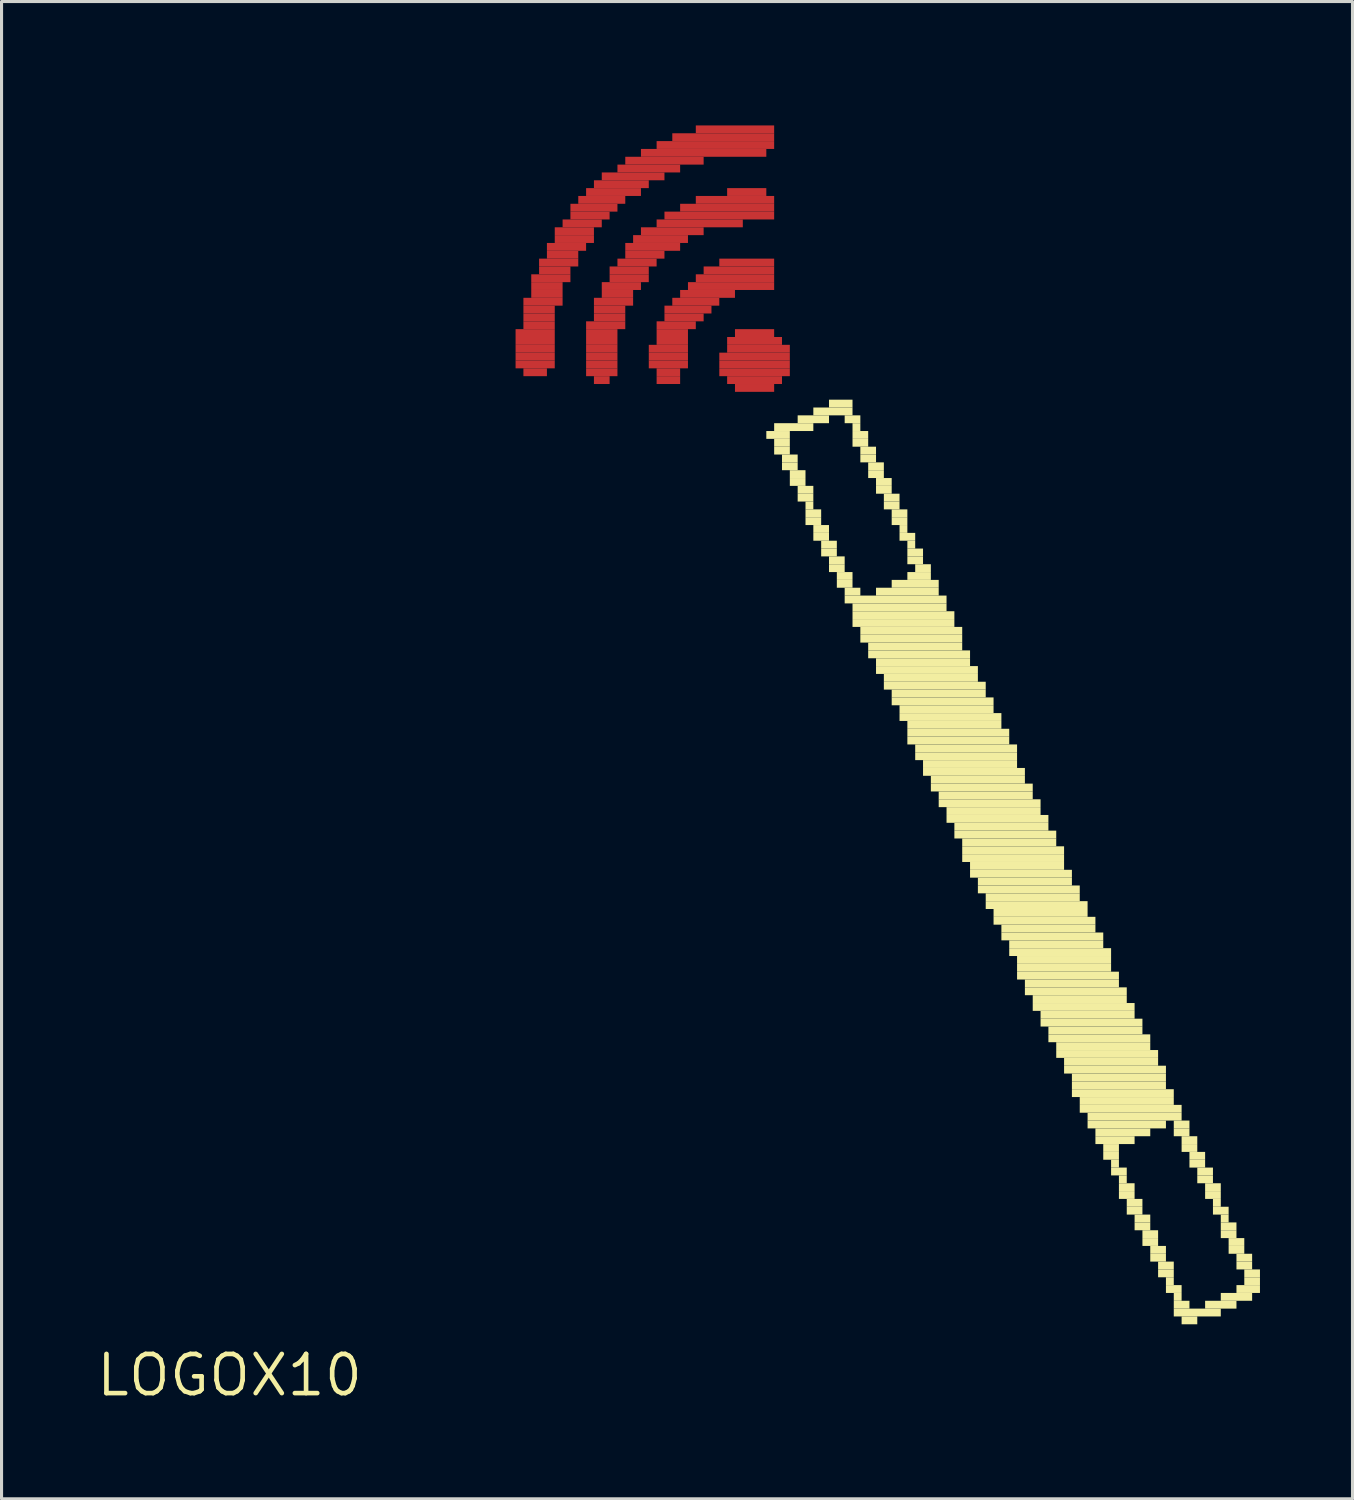
<source format=kicad_pcb>
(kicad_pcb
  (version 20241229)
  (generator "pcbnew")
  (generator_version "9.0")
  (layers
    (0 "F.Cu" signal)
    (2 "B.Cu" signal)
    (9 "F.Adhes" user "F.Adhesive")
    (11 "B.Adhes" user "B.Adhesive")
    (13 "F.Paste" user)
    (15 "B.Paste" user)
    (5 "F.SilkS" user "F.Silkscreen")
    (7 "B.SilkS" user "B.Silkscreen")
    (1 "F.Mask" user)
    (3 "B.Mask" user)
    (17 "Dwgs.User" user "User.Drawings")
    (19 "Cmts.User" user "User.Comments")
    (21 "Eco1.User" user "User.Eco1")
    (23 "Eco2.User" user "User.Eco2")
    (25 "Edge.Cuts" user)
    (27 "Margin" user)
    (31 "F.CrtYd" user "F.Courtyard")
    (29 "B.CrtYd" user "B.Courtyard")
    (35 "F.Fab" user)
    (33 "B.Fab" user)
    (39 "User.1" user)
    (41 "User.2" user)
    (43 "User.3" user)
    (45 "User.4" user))
  (footprint "LOGOX10"
    (layer "F.Cu")
    (at 4.392 41.529)
    (property "Reference" "LOGOX10" (at 0 0 0) (layer "F.SilkS") (effects (font (size 1.27 1.27) (thickness 0.15))))
    (fp_poly (pts (xy 9.271 -33.655) (xy 10.541 -33.655) (xy 10.541 -33.909) (xy 9.271 -33.909)) (stroke (width 0) (type default)) (fill yes) (layer "F.Cu"))
    (fp_poly (pts (xy 9.271 -33.401) (xy 10.541 -33.401) (xy 10.541 -33.655) (xy 9.271 -33.655)) (stroke (width 0) (type default)) (fill yes) (layer "F.Cu"))
    (fp_poly (pts (xy 9.271 -33.147) (xy 10.541 -33.147) (xy 10.541 -33.401) (xy 9.271 -33.401)) (stroke (width 0) (type default)) (fill yes) (layer "F.Cu"))
    (fp_poly (pts (xy 9.271 -32.893) (xy 10.541 -32.893) (xy 10.541 -33.147) (xy 9.271 -33.147)) (stroke (width 0) (type default)) (fill yes) (layer "F.Cu"))
    (fp_poly (pts (xy 9.271 -32.639) (xy 10.541 -32.639) (xy 10.541 -32.893) (xy 9.271 -32.893)) (stroke (width 0) (type default)) (fill yes) (layer "F.Cu"))
    (fp_poly (pts (xy 9.525 -34.671) (xy 10.795 -34.671) (xy 10.795 -34.925) (xy 9.525 -34.925)) (stroke (width 0) (type default)) (fill yes) (layer "F.Cu"))
    (fp_poly (pts (xy 9.525 -34.417) (xy 10.541 -34.417) (xy 10.541 -34.671) (xy 9.525 -34.671)) (stroke (width 0) (type default)) (fill yes) (layer "F.Cu"))
    (fp_poly (pts (xy 9.525 -34.163) (xy 10.541 -34.163) (xy 10.541 -34.417) (xy 9.525 -34.417)) (stroke (width 0) (type default)) (fill yes) (layer "F.Cu"))
    (fp_poly (pts (xy 9.525 -33.909) (xy 10.541 -33.909) (xy 10.541 -34.163) (xy 9.525 -34.163)) (stroke (width 0) (type default)) (fill yes) (layer "F.Cu"))
    (fp_poly (pts (xy 9.525 -32.385) (xy 10.287 -32.385) (xy 10.287 -32.639) (xy 9.525 -32.639)) (stroke (width 0) (type default)) (fill yes) (layer "F.Cu"))
    (fp_poly (pts (xy 9.779 -35.433) (xy 11.049 -35.433) (xy 11.049 -35.687) (xy 9.779 -35.687)) (stroke (width 0) (type default)) (fill yes) (layer "F.Cu"))
    (fp_poly (pts (xy 9.779 -35.179) (xy 10.795 -35.179) (xy 10.795 -35.433) (xy 9.779 -35.433)) (stroke (width 0) (type default)) (fill yes) (layer "F.Cu"))
    (fp_poly (pts (xy 9.779 -34.925) (xy 10.795 -34.925) (xy 10.795 -35.179) (xy 9.779 -35.179)) (stroke (width 0) (type default)) (fill yes) (layer "F.Cu"))
    (fp_poly (pts (xy 10.033 -35.941) (xy 11.303 -35.941) (xy 11.303 -36.195) (xy 10.033 -36.195)) (stroke (width 0) (type default)) (fill yes) (layer "F.Cu"))
    (fp_poly (pts (xy 10.033 -35.687) (xy 11.049 -35.687) (xy 11.049 -35.941) (xy 10.033 -35.941)) (stroke (width 0) (type default)) (fill yes) (layer "F.Cu"))
    (fp_poly (pts (xy 10.287 -36.449) (xy 11.557 -36.449) (xy 11.557 -36.703) (xy 10.287 -36.703)) (stroke (width 0) (type default)) (fill yes) (layer "F.Cu"))
    (fp_poly (pts (xy 10.287 -36.195) (xy 11.303 -36.195) (xy 11.303 -36.449) (xy 10.287 -36.449)) (stroke (width 0) (type default)) (fill yes) (layer "F.Cu"))
    (fp_poly (pts (xy 10.541 -36.957) (xy 11.811 -36.957) (xy 11.811 -37.211) (xy 10.541 -37.211)) (stroke (width 0) (type default)) (fill yes) (layer "F.Cu"))
    (fp_poly (pts (xy 10.541 -36.703) (xy 11.811 -36.703) (xy 11.811 -36.957) (xy 10.541 -36.957)) (stroke (width 0) (type default)) (fill yes) (layer "F.Cu"))
    (fp_poly (pts (xy 10.795 -37.211) (xy 12.065 -37.211) (xy 12.065 -37.465) (xy 10.795 -37.465)) (stroke (width 0) (type default)) (fill yes) (layer "F.Cu"))
    (fp_poly (pts (xy 11.049 -37.719) (xy 12.573 -37.719) (xy 12.573 -37.973) (xy 11.049 -37.973)) (stroke (width 0) (type default)) (fill yes) (layer "F.Cu"))
    (fp_poly (pts (xy 11.049 -37.465) (xy 12.319 -37.465) (xy 12.319 -37.719) (xy 11.049 -37.719)) (stroke (width 0) (type default)) (fill yes) (layer "F.Cu"))
    (fp_poly (pts (xy 11.303 -37.973) (xy 12.827 -37.973) (xy 12.827 -38.227) (xy 11.303 -38.227)) (stroke (width 0) (type default)) (fill yes) (layer "F.Cu"))
    (fp_poly (pts (xy 11.557 -38.227) (xy 13.335 -38.227) (xy 13.335 -38.481) (xy 11.557 -38.481)) (stroke (width 0) (type default)) (fill yes) (layer "F.Cu"))
    (fp_poly (pts (xy 11.557 -33.909) (xy 12.827 -33.909) (xy 12.827 -34.163) (xy 11.557 -34.163)) (stroke (width 0) (type default)) (fill yes) (layer "F.Cu"))
    (fp_poly (pts (xy 11.557 -33.655) (xy 12.573 -33.655) (xy 12.573 -33.909) (xy 11.557 -33.909)) (stroke (width 0) (type default)) (fill yes) (layer "F.Cu"))
    (fp_poly (pts (xy 11.557 -33.401) (xy 12.573 -33.401) (xy 12.573 -33.655) (xy 11.557 -33.655)) (stroke (width 0) (type default)) (fill yes) (layer "F.Cu"))
    (fp_poly (pts (xy 11.557 -33.147) (xy 12.573 -33.147) (xy 12.573 -33.401) (xy 11.557 -33.401)) (stroke (width 0) (type default)) (fill yes) (layer "F.Cu"))
    (fp_poly (pts (xy 11.557 -32.893) (xy 12.573 -32.893) (xy 12.573 -33.147) (xy 11.557 -33.147)) (stroke (width 0) (type default)) (fill yes) (layer "F.Cu"))
    (fp_poly (pts (xy 11.557 -32.639) (xy 12.573 -32.639) (xy 12.573 -32.893) (xy 11.557 -32.893)) (stroke (width 0) (type default)) (fill yes) (layer "F.Cu"))
    (fp_poly (pts (xy 11.557 -32.385) (xy 12.573 -32.385) (xy 12.573 -32.639) (xy 11.557 -32.639)) (stroke (width 0) (type default)) (fill yes) (layer "F.Cu"))
    (fp_poly (pts (xy 11.811 -38.481) (xy 13.589 -38.481) (xy 13.589 -38.735) (xy 11.811 -38.735)) (stroke (width 0) (type default)) (fill yes) (layer "F.Cu"))
    (fp_poly (pts (xy 11.811 -34.671) (xy 13.081 -34.671) (xy 13.081 -34.925) (xy 11.811 -34.925)) (stroke (width 0) (type default)) (fill yes) (layer "F.Cu"))
    (fp_poly (pts (xy 11.811 -34.417) (xy 12.827 -34.417) (xy 12.827 -34.671) (xy 11.811 -34.671)) (stroke (width 0) (type default)) (fill yes) (layer "F.Cu"))
    (fp_poly (pts (xy 11.811 -34.163) (xy 12.827 -34.163) (xy 12.827 -34.417) (xy 11.811 -34.417)) (stroke (width 0) (type default)) (fill yes) (layer "F.Cu"))
    (fp_poly (pts (xy 11.811 -32.131) (xy 12.319 -32.131) (xy 12.319 -32.385) (xy 11.811 -32.385)) (stroke (width 0) (type default)) (fill yes) (layer "F.Cu"))
    (fp_poly (pts (xy 12.065 -38.735) (xy 14.097 -38.735) (xy 14.097 -38.989) (xy 12.065 -38.989)) (stroke (width 0) (type default)) (fill yes) (layer "F.Cu"))
    (fp_poly (pts (xy 12.065 -35.179) (xy 13.335 -35.179) (xy 13.335 -35.433) (xy 12.065 -35.433)) (stroke (width 0) (type default)) (fill yes) (layer "F.Cu"))
    (fp_poly (pts (xy 12.065 -34.925) (xy 13.081 -34.925) (xy 13.081 -35.179) (xy 12.065 -35.179)) (stroke (width 0) (type default)) (fill yes) (layer "F.Cu"))
    (fp_poly (pts (xy 12.319 -35.687) (xy 13.589 -35.687) (xy 13.589 -35.941) (xy 12.319 -35.941)) (stroke (width 0) (type default)) (fill yes) (layer "F.Cu"))
    (fp_poly (pts (xy 12.319 -35.433) (xy 13.589 -35.433) (xy 13.589 -35.687) (xy 12.319 -35.687)) (stroke (width 0) (type default)) (fill yes) (layer "F.Cu"))
    (fp_poly (pts (xy 12.573 -38.989) (xy 14.605 -38.989) (xy 14.605 -39.243) (xy 12.573 -39.243)) (stroke (width 0) (type default)) (fill yes) (layer "F.Cu"))
    (fp_poly (pts (xy 12.573 -35.941) (xy 13.843 -35.941) (xy 13.843 -36.195) (xy 12.573 -36.195)) (stroke (width 0) (type default)) (fill yes) (layer "F.Cu"))
    (fp_poly (pts (xy 12.827 -39.243) (xy 15.367 -39.243) (xy 15.367 -39.497) (xy 12.827 -39.497)) (stroke (width 0) (type default)) (fill yes) (layer "F.Cu"))
    (fp_poly (pts (xy 12.827 -36.449) (xy 14.605 -36.449) (xy 14.605 -36.703) (xy 12.827 -36.703)) (stroke (width 0) (type default)) (fill yes) (layer "F.Cu"))
    (fp_poly (pts (xy 12.827 -36.195) (xy 14.097 -36.195) (xy 14.097 -36.449) (xy 12.827 -36.449)) (stroke (width 0) (type default)) (fill yes) (layer "F.Cu"))
    (fp_poly (pts (xy 13.081 -36.703) (xy 14.859 -36.703) (xy 14.859 -36.957) (xy 13.081 -36.957)) (stroke (width 0) (type default)) (fill yes) (layer "F.Cu"))
    (fp_poly (pts (xy 13.335 -39.497) (xy 17.399 -39.497) (xy 17.399 -39.751) (xy 13.335 -39.751)) (stroke (width 0) (type default)) (fill yes) (layer "F.Cu"))
    (fp_poly (pts (xy 13.335 -36.957) (xy 15.367 -36.957) (xy 15.367 -37.211) (xy 13.335 -37.211)) (stroke (width 0) (type default)) (fill yes) (layer "F.Cu"))
    (fp_poly (pts (xy 13.589 -33.147) (xy 14.859 -33.147) (xy 14.859 -33.401) (xy 13.589 -33.401)) (stroke (width 0) (type default)) (fill yes) (layer "F.Cu"))
    (fp_poly (pts (xy 13.589 -32.893) (xy 14.859 -32.893) (xy 14.859 -33.147) (xy 13.589 -33.147)) (stroke (width 0) (type default)) (fill yes) (layer "F.Cu"))
    (fp_poly (pts (xy 13.589 -32.639) (xy 14.859 -32.639) (xy 14.859 -32.893) (xy 13.589 -32.893)) (stroke (width 0) (type default)) (fill yes) (layer "F.Cu"))
    (fp_poly (pts (xy 13.843 -39.751) (xy 17.653 -39.751) (xy 17.653 -40.005) (xy 13.843 -40.005)) (stroke (width 0) (type default)) (fill yes) (layer "F.Cu"))
    (fp_poly (pts (xy 13.843 -37.211) (xy 16.637 -37.211) (xy 16.637 -37.465) (xy 13.843 -37.465)) (stroke (width 0) (type default)) (fill yes) (layer "F.Cu"))
    (fp_poly (pts (xy 13.843 -33.909) (xy 15.113 -33.909) (xy 15.113 -34.163) (xy 13.843 -34.163)) (stroke (width 0) (type default)) (fill yes) (layer "F.Cu"))
    (fp_poly (pts (xy 13.843 -33.655) (xy 14.859 -33.655) (xy 14.859 -33.909) (xy 13.843 -33.909)) (stroke (width 0) (type default)) (fill yes) (layer "F.Cu"))
    (fp_poly (pts (xy 13.843 -33.401) (xy 14.859 -33.401) (xy 14.859 -33.655) (xy 13.843 -33.655)) (stroke (width 0) (type default)) (fill yes) (layer "F.Cu"))
    (fp_poly (pts (xy 13.843 -32.385) (xy 14.605 -32.385) (xy 14.605 -32.639) (xy 13.843 -32.639)) (stroke (width 0) (type default)) (fill yes) (layer "F.Cu"))
    (fp_poly (pts (xy 13.843 -32.131) (xy 14.605 -32.131) (xy 14.605 -32.385) (xy 13.843 -32.385)) (stroke (width 0) (type default)) (fill yes) (layer "F.Cu"))
    (fp_poly (pts (xy 14.097 -37.465) (xy 17.653 -37.465) (xy 17.653 -37.719) (xy 14.097 -37.719)) (stroke (width 0) (type default)) (fill yes) (layer "F.Cu"))
    (fp_poly (pts (xy 14.097 -34.417) (xy 15.621 -34.417) (xy 15.621 -34.671) (xy 14.097 -34.671)) (stroke (width 0) (type default)) (fill yes) (layer "F.Cu"))
    (fp_poly (pts (xy 14.097 -34.163) (xy 15.367 -34.163) (xy 15.367 -34.417) (xy 14.097 -34.417)) (stroke (width 0) (type default)) (fill yes) (layer "F.Cu"))
    (fp_poly (pts (xy 14.351 -40.005) (xy 17.653 -40.005) (xy 17.653 -40.259) (xy 14.351 -40.259)) (stroke (width 0) (type default)) (fill yes) (layer "F.Cu"))
    (fp_poly (pts (xy 14.351 -34.671) (xy 15.875 -34.671) (xy 15.875 -34.925) (xy 14.351 -34.925)) (stroke (width 0) (type default)) (fill yes) (layer "F.Cu"))
    (fp_poly (pts (xy 14.605 -37.719) (xy 17.653 -37.719) (xy 17.653 -37.973) (xy 14.605 -37.973)) (stroke (width 0) (type default)) (fill yes) (layer "F.Cu"))
    (fp_poly (pts (xy 14.605 -34.925) (xy 16.383 -34.925) (xy 16.383 -35.179) (xy 14.605 -35.179)) (stroke (width 0) (type default)) (fill yes) (layer "F.Cu"))
    (fp_poly (pts (xy 14.859 -35.179) (xy 17.653 -35.179) (xy 17.653 -35.433) (xy 14.859 -35.433)) (stroke (width 0) (type default)) (fill yes) (layer "F.Cu"))
    (fp_poly (pts (xy 15.113 -40.259) (xy 17.653 -40.259) (xy 17.653 -40.513) (xy 15.113 -40.513)) (stroke (width 0) (type default)) (fill yes) (layer "F.Cu"))
    (fp_poly (pts (xy 15.113 -37.973) (xy 17.653 -37.973) (xy 17.653 -38.227) (xy 15.113 -38.227)) (stroke (width 0) (type default)) (fill yes) (layer "F.Cu"))
    (fp_poly (pts (xy 15.113 -35.433) (xy 17.653 -35.433) (xy 17.653 -35.687) (xy 15.113 -35.687)) (stroke (width 0) (type default)) (fill yes) (layer "F.Cu"))
    (fp_poly (pts (xy 15.367 -35.687) (xy 17.653 -35.687) (xy 17.653 -35.941) (xy 15.367 -35.941)) (stroke (width 0) (type default)) (fill yes) (layer "F.Cu"))
    (fp_poly (pts (xy 15.875 -35.941) (xy 17.653 -35.941) (xy 17.653 -36.195) (xy 15.875 -36.195)) (stroke (width 0) (type default)) (fill yes) (layer "F.Cu"))
    (fp_poly (pts (xy 15.875 -32.893) (xy 18.161 -32.893) (xy 18.161 -33.147) (xy 15.875 -33.147)) (stroke (width 0) (type default)) (fill yes) (layer "F.Cu"))
    (fp_poly (pts (xy 15.875 -32.639) (xy 18.161 -32.639) (xy 18.161 -32.893) (xy 15.875 -32.893)) (stroke (width 0) (type default)) (fill yes) (layer "F.Cu"))
    (fp_poly (pts (xy 15.875 -32.385) (xy 18.161 -32.385) (xy 18.161 -32.639) (xy 15.875 -32.639)) (stroke (width 0) (type default)) (fill yes) (layer "F.Cu"))
    (fp_poly (pts (xy 16.129 -38.227) (xy 17.399 -38.227) (xy 17.399 -38.481) (xy 16.129 -38.481)) (stroke (width 0) (type default)) (fill yes) (layer "F.Cu"))
    (fp_poly (pts (xy 16.129 -33.401) (xy 17.907 -33.401) (xy 17.907 -33.655) (xy 16.129 -33.655)) (stroke (width 0) (type default)) (fill yes) (layer "F.Cu"))
    (fp_poly (pts (xy 16.129 -33.147) (xy 18.161 -33.147) (xy 18.161 -33.401) (xy 16.129 -33.401)) (stroke (width 0) (type default)) (fill yes) (layer "F.Cu"))
    (fp_poly (pts (xy 16.129 -32.131) (xy 17.907 -32.131) (xy 17.907 -32.385) (xy 16.129 -32.385)) (stroke (width 0) (type default)) (fill yes) (layer "F.Cu"))
    (fp_poly (pts (xy 16.383 -33.655) (xy 17.653 -33.655) (xy 17.653 -33.909) (xy 16.383 -33.909)) (stroke (width 0) (type default)) (fill yes) (layer "F.Cu"))
    (fp_poly (pts (xy 16.383 -31.877) (xy 17.653 -31.877) (xy 17.653 -32.131) (xy 16.383 -32.131)) (stroke (width 0) (type default)) (fill yes) (layer "F.Cu"))
    (fp_poly (pts (xy 0.009 -0.034) (xy 0.011 -0.034) (xy 0.011 -0.034) (xy 0.009 -0.034)) (stroke (width 0) (type default)) (fill yes) (layer "F.Mask"))
    (fp_poly (pts (xy 0.009 -0.033) (xy 0.011 -0.033) (xy 0.011 -0.034) (xy 0.009 -0.034)) (stroke (width 0) (type default)) (fill yes) (layer "F.Mask"))
    (fp_poly (pts (xy 0.009 -0.033) (xy 0.011 -0.033) (xy 0.011 -0.033) (xy 0.009 -0.033)) (stroke (width 0) (type default)) (fill yes) (layer "F.Mask"))
    (fp_poly (pts (xy 0.009 -0.033) (xy 0.011 -0.033) (xy 0.011 -0.033) (xy 0.009 -0.033)) (stroke (width 0) (type default)) (fill yes) (layer "F.Mask"))
    (fp_poly (pts (xy 0.009 -0.033) (xy 0.011 -0.033) (xy 0.011 -0.033) (xy 0.009 -0.033)) (stroke (width 0) (type default)) (fill yes) (layer "F.Mask"))
    (fp_poly (pts (xy 0.01 -0.035) (xy 0.011 -0.035) (xy 0.011 -0.035) (xy 0.01 -0.035)) (stroke (width 0) (type default)) (fill yes) (layer "F.Mask"))
    (fp_poly (pts (xy 0.01 -0.034) (xy 0.011 -0.034) (xy 0.011 -0.035) (xy 0.01 -0.035)) (stroke (width 0) (type default)) (fill yes) (layer "F.Mask"))
    (fp_poly (pts (xy 0.01 -0.034) (xy 0.011 -0.034) (xy 0.011 -0.034) (xy 0.01 -0.034)) (stroke (width 0) (type default)) (fill yes) (layer "F.Mask"))
    (fp_poly (pts (xy 0.01 -0.034) (xy 0.011 -0.034) (xy 0.011 -0.034) (xy 0.01 -0.034)) (stroke (width 0) (type default)) (fill yes) (layer "F.Mask"))
    (fp_poly (pts (xy 0.01 -0.032) (xy 0.01 -0.032) (xy 0.01 -0.033) (xy 0.01 -0.033)) (stroke (width 0) (type default)) (fill yes) (layer "F.Mask"))
    (fp_poly (pts (xy 0.01 -0.035) (xy 0.011 -0.035) (xy 0.011 -0.036) (xy 0.01 -0.036)) (stroke (width 0) (type default)) (fill yes) (layer "F.Mask"))
    (fp_poly (pts (xy 0.01 -0.035) (xy 0.011 -0.035) (xy 0.011 -0.035) (xy 0.01 -0.035)) (stroke (width 0) (type default)) (fill yes) (layer "F.Mask"))
    (fp_poly (pts (xy 0.01 -0.035) (xy 0.011 -0.035) (xy 0.011 -0.035) (xy 0.01 -0.035)) (stroke (width 0) (type default)) (fill yes) (layer "F.Mask"))
    (fp_poly (pts (xy 0.01 -0.036) (xy 0.011 -0.036) (xy 0.011 -0.036) (xy 0.01 -0.036)) (stroke (width 0) (type default)) (fill yes) (layer "F.Mask"))
    (fp_poly (pts (xy 0.01 -0.036) (xy 0.011 -0.036) (xy 0.011 -0.036) (xy 0.01 -0.036)) (stroke (width 0) (type default)) (fill yes) (layer "F.Mask"))
    (fp_poly (pts (xy 0.01 -0.036) (xy 0.012 -0.036) (xy 0.012 -0.037) (xy 0.01 -0.037)) (stroke (width 0) (type default)) (fill yes) (layer "F.Mask"))
    (fp_poly (pts (xy 0.01 -0.036) (xy 0.011 -0.036) (xy 0.011 -0.036) (xy 0.01 -0.036)) (stroke (width 0) (type default)) (fill yes) (layer "F.Mask"))
    (fp_poly (pts (xy 0.011 -0.037) (xy 0.012 -0.037) (xy 0.012 -0.037) (xy 0.011 -0.037)) (stroke (width 0) (type default)) (fill yes) (layer "F.Mask"))
    (fp_poly (pts (xy 0.011 -0.037) (xy 0.012 -0.037) (xy 0.012 -0.037) (xy 0.011 -0.037)) (stroke (width 0) (type default)) (fill yes) (layer "F.Mask"))
    (fp_poly (pts (xy 0.011 -0.037) (xy 0.012 -0.037) (xy 0.012 -0.037) (xy 0.011 -0.037)) (stroke (width 0) (type default)) (fill yes) (layer "F.Mask"))
    (fp_poly (pts (xy 0.011 -0.038) (xy 0.013 -0.038) (xy 0.013 -0.038) (xy 0.011 -0.038)) (stroke (width 0) (type default)) (fill yes) (layer "F.Mask"))
    (fp_poly (pts (xy 0.011 -0.037) (xy 0.012 -0.037) (xy 0.012 -0.038) (xy 0.011 -0.038)) (stroke (width 0) (type default)) (fill yes) (layer "F.Mask"))
    (fp_poly (pts (xy 0.011 -0.038) (xy 0.013 -0.038) (xy 0.013 -0.038) (xy 0.011 -0.038)) (stroke (width 0) (type default)) (fill yes) (layer "F.Mask"))
    (fp_poly (pts (xy 0.012 -0.038) (xy 0.013 -0.038) (xy 0.013 -0.038) (xy 0.012 -0.038)) (stroke (width 0) (type default)) (fill yes) (layer "F.Mask"))
    (fp_poly (pts (xy 0.012 -0.034) (xy 0.013 -0.034) (xy 0.013 -0.034) (xy 0.012 -0.034)) (stroke (width 0) (type default)) (fill yes) (layer "F.Mask"))
    (fp_poly (pts (xy 0.012 -0.034) (xy 0.013 -0.034) (xy 0.013 -0.034) (xy 0.012 -0.034)) (stroke (width 0) (type default)) (fill yes) (layer "F.Mask"))
    (fp_poly (pts (xy 0.012 -0.033) (xy 0.013 -0.033) (xy 0.013 -0.034) (xy 0.012 -0.034)) (stroke (width 0) (type default)) (fill yes) (layer "F.Mask"))
    (fp_poly (pts (xy 0.012 -0.033) (xy 0.013 -0.033) (xy 0.013 -0.033) (xy 0.012 -0.033)) (stroke (width 0) (type default)) (fill yes) (layer "F.Mask"))
    (fp_poly (pts (xy 0.012 -0.033) (xy 0.013 -0.033) (xy 0.013 -0.033) (xy 0.012 -0.033)) (stroke (width 0) (type default)) (fill yes) (layer "F.Mask"))
    (fp_poly (pts (xy 0.012 -0.033) (xy 0.013 -0.033) (xy 0.013 -0.033) (xy 0.012 -0.033)) (stroke (width 0) (type default)) (fill yes) (layer "F.Mask"))
    (fp_poly (pts (xy 0.012 -0.032) (xy 0.013 -0.032) (xy 0.013 -0.033) (xy 0.012 -0.033)) (stroke (width 0) (type default)) (fill yes) (layer "F.Mask"))
    (fp_poly (pts (xy 0.012 -0.038) (xy 0.014 -0.038) (xy 0.014 -0.039) (xy 0.012 -0.039)) (stroke (width 0) (type default)) (fill yes) (layer "F.Mask"))
    (fp_poly (pts (xy 0.012 -0.035) (xy 0.013 -0.035) (xy 0.013 -0.035) (xy 0.012 -0.035)) (stroke (width 0) (type default)) (fill yes) (layer "F.Mask"))
    (fp_poly (pts (xy 0.012 -0.034) (xy 0.013 -0.034) (xy 0.013 -0.035) (xy 0.012 -0.035)) (stroke (width 0) (type default)) (fill yes) (layer "F.Mask"))
    (fp_poly (pts (xy 0.012 -0.034) (xy 0.013 -0.034) (xy 0.013 -0.034) (xy 0.012 -0.034)) (stroke (width 0) (type default)) (fill yes) (layer "F.Mask"))
    (fp_poly (pts (xy 0.012 -0.032) (xy 0.012 -0.032) (xy 0.012 -0.032) (xy 0.012 -0.032)) (stroke (width 0) (type default)) (fill yes) (layer "F.Mask"))
    (fp_poly (pts (xy 0.012 -0.039) (xy 0.014 -0.039) (xy 0.014 -0.039) (xy 0.012 -0.039)) (stroke (width 0) (type default)) (fill yes) (layer "F.Mask"))
    (fp_poly (pts (xy 0.012 -0.035) (xy 0.013 -0.035) (xy 0.013 -0.035) (xy 0.012 -0.035)) (stroke (width 0) (type default)) (fill yes) (layer "F.Mask"))
    (fp_poly (pts (xy 0.012 -0.035) (xy 0.013 -0.035) (xy 0.013 -0.035) (xy 0.012 -0.035)) (stroke (width 0) (type default)) (fill yes) (layer "F.Mask"))
    (fp_poly (pts (xy 0.012 -0.036) (xy 0.014 -0.036) (xy 0.014 -0.036) (xy 0.012 -0.036)) (stroke (width 0) (type default)) (fill yes) (layer "F.Mask"))
    (fp_poly (pts (xy 0.012 -0.035) (xy 0.014 -0.035) (xy 0.014 -0.036) (xy 0.012 -0.036)) (stroke (width 0) (type default)) (fill yes) (layer "F.Mask"))
    (fp_poly (pts (xy 0.013 -0.039) (xy 0.015 -0.039) (xy 0.015 -0.039) (xy 0.013 -0.039)) (stroke (width 0) (type default)) (fill yes) (layer "F.Mask"))
    (fp_poly (pts (xy 0.013 -0.036) (xy 0.014 -0.036) (xy 0.014 -0.036) (xy 0.013 -0.036)) (stroke (width 0) (type default)) (fill yes) (layer "F.Mask"))
    (fp_poly (pts (xy 0.013 -0.039) (xy 0.015 -0.039) (xy 0.015 -0.039) (xy 0.013 -0.039)) (stroke (width 0) (type default)) (fill yes) (layer "F.Mask"))
    (fp_poly (pts (xy 0.013 -0.036) (xy 0.015 -0.036) (xy 0.015 -0.037) (xy 0.013 -0.037)) (stroke (width 0) (type default)) (fill yes) (layer "F.Mask"))
    (fp_poly (pts (xy 0.013 -0.036) (xy 0.014 -0.036) (xy 0.014 -0.036) (xy 0.013 -0.036)) (stroke (width 0) (type default)) (fill yes) (layer "F.Mask"))
    (fp_poly (pts (xy 0.013 -0.037) (xy 0.015 -0.037) (xy 0.015 -0.037) (xy 0.013 -0.037)) (stroke (width 0) (type default)) (fill yes) (layer "F.Mask"))
    (fp_poly (pts (xy 0.013 -0.039) (xy 0.017 -0.039) (xy 0.017 -0.04) (xy 0.013 -0.04)) (stroke (width 0) (type default)) (fill yes) (layer "F.Mask"))
    (fp_poly (pts (xy 0.013 -0.037) (xy 0.015 -0.037) (xy 0.015 -0.037) (xy 0.013 -0.037)) (stroke (width 0) (type default)) (fill yes) (layer "F.Mask"))
    (fp_poly (pts (xy 0.014 -0.033) (xy 0.015 -0.033) (xy 0.015 -0.033) (xy 0.014 -0.033)) (stroke (width 0) (type default)) (fill yes) (layer "F.Mask"))
    (fp_poly (pts (xy 0.014 -0.033) (xy 0.015 -0.033) (xy 0.015 -0.033) (xy 0.014 -0.033)) (stroke (width 0) (type default)) (fill yes) (layer "F.Mask"))
    (fp_poly (pts (xy 0.014 -0.033) (xy 0.015 -0.033) (xy 0.015 -0.033) (xy 0.014 -0.033)) (stroke (width 0) (type default)) (fill yes) (layer "F.Mask"))
    (fp_poly (pts (xy 0.014 -0.04) (xy 0.018 -0.04) (xy 0.018 -0.04) (xy 0.014 -0.04)) (stroke (width 0) (type default)) (fill yes) (layer "F.Mask"))
    (fp_poly (pts (xy 0.014 -0.037) (xy 0.017 -0.037) (xy 0.017 -0.037) (xy 0.014 -0.037)) (stroke (width 0) (type default)) (fill yes) (layer "F.Mask"))
    (fp_poly (pts (xy 0.014 -0.034) (xy 0.015 -0.034) (xy 0.015 -0.034) (xy 0.014 -0.034)) (stroke (width 0) (type default)) (fill yes) (layer "F.Mask"))
    (fp_poly (pts (xy 0.014 -0.034) (xy 0.015 -0.034) (xy 0.015 -0.034) (xy 0.014 -0.034)) (stroke (width 0) (type default)) (fill yes) (layer "F.Mask"))
    (fp_poly (pts (xy 0.014 -0.033) (xy 0.015 -0.033) (xy 0.015 -0.034) (xy 0.014 -0.034)) (stroke (width 0) (type default)) (fill yes) (layer "F.Mask"))
    (fp_poly (pts (xy 0.014 -0.032) (xy 0.015 -0.032) (xy 0.015 -0.033) (xy 0.014 -0.033)) (stroke (width 0) (type default)) (fill yes) (layer "F.Mask"))
    (fp_poly (pts (xy 0.014 -0.032) (xy 0.015 -0.032) (xy 0.015 -0.032) (xy 0.014 -0.032)) (stroke (width 0) (type default)) (fill yes) (layer "F.Mask"))
    (fp_poly (pts (xy 0.014 -0.037) (xy 0.018 -0.037) (xy 0.018 -0.038) (xy 0.014 -0.038)) (stroke (width 0) (type default)) (fill yes) (layer "F.Mask"))
    (fp_poly (pts (xy 0.014 -0.034) (xy 0.016 -0.034) (xy 0.016 -0.035) (xy 0.014 -0.035)) (stroke (width 0) (type default)) (fill yes) (layer "F.Mask"))
    (fp_poly (pts (xy 0.014 -0.034) (xy 0.015 -0.034) (xy 0.015 -0.034) (xy 0.014 -0.034)) (stroke (width 0) (type default)) (fill yes) (layer "F.Mask"))
    (fp_poly (pts (xy 0.014 -0.04) (xy 0.018 -0.04) (xy 0.018 -0.04) (xy 0.014 -0.04)) (stroke (width 0) (type default)) (fill yes) (layer "F.Mask"))
    (fp_poly (pts (xy 0.014 -0.035) (xy 0.016 -0.035) (xy 0.016 -0.035) (xy 0.014 -0.035)) (stroke (width 0) (type default)) (fill yes) (layer "F.Mask"))
    (fp_poly (pts (xy 0.015 -0.038) (xy 0.018 -0.038) (xy 0.018 -0.038) (xy 0.015 -0.038)) (stroke (width 0) (type default)) (fill yes) (layer "F.Mask"))
    (fp_poly (pts (xy 0.015 -0.035) (xy 0.016 -0.035) (xy 0.016 -0.035) (xy 0.015 -0.035)) (stroke (width 0) (type default)) (fill yes) (layer "F.Mask"))
    (fp_poly (pts (xy 0.015 -0.035) (xy 0.018 -0.035) (xy 0.018 -0.035) (xy 0.015 -0.035)) (stroke (width 0) (type default)) (fill yes) (layer "F.Mask"))
    (fp_poly (pts (xy 0.015 -0.04) (xy 0.018 -0.04) (xy 0.018 -0.041) (xy 0.015 -0.041)) (stroke (width 0) (type default)) (fill yes) (layer "F.Mask"))
    (fp_poly (pts (xy 0.015 -0.038) (xy 0.018 -0.038) (xy 0.018 -0.038) (xy 0.015 -0.038)) (stroke (width 0) (type default)) (fill yes) (layer "F.Mask"))
    (fp_poly (pts (xy 0.015 -0.035) (xy 0.018 -0.035) (xy 0.018 -0.036) (xy 0.015 -0.036)) (stroke (width 0) (type default)) (fill yes) (layer "F.Mask"))
    (fp_poly (pts (xy 0.015 -0.036) (xy 0.018 -0.036) (xy 0.018 -0.036) (xy 0.015 -0.036)) (stroke (width 0) (type default)) (fill yes) (layer "F.Mask"))
    (fp_poly (pts (xy 0.016 -0.036) (xy 0.018 -0.036) (xy 0.018 -0.036) (xy 0.016 -0.036)) (stroke (width 0) (type default)) (fill yes) (layer "F.Mask"))
    (fp_poly (pts (xy 0.016 -0.033) (xy 0.018 -0.033) (xy 0.018 -0.033) (xy 0.016 -0.033)) (stroke (width 0) (type default)) (fill yes) (layer "F.Mask"))
    (fp_poly (pts (xy 0.016 -0.033) (xy 0.018 -0.033) (xy 0.018 -0.033) (xy 0.016 -0.033)) (stroke (width 0) (type default)) (fill yes) (layer "F.Mask"))
    (fp_poly (pts (xy 0.016 -0.032) (xy 0.018 -0.032) (xy 0.018 -0.033) (xy 0.016 -0.033)) (stroke (width 0) (type default)) (fill yes) (layer "F.Mask"))
    (fp_poly (pts (xy 0.016 -0.038) (xy 0.017 -0.038) (xy 0.017 -0.038) (xy 0.016 -0.038)) (stroke (width 0) (type default)) (fill yes) (layer "F.Mask"))
    (fp_poly (pts (xy 0.016 -0.033) (xy 0.018 -0.033) (xy 0.018 -0.034) (xy 0.016 -0.034)) (stroke (width 0) (type default)) (fill yes) (layer "F.Mask"))
    (fp_poly (pts (xy 0.016 -0.033) (xy 0.018 -0.033) (xy 0.018 -0.033) (xy 0.016 -0.033)) (stroke (width 0) (type default)) (fill yes) (layer "F.Mask"))
    (fp_poly (pts (xy 0.016 -0.032) (xy 0.018 -0.032) (xy 0.018 -0.032) (xy 0.016 -0.032)) (stroke (width 0) (type default)) (fill yes) (layer "F.Mask"))
    (fp_poly (pts (xy 0.016 -0.034) (xy 0.018 -0.034) (xy 0.018 -0.034) (xy 0.016 -0.034)) (stroke (width 0) (type default)) (fill yes) (layer "F.Mask"))
    (fp_poly (pts (xy 0.016 -0.032) (xy 0.018 -0.032) (xy 0.018 -0.032) (xy 0.016 -0.032)) (stroke (width 0) (type default)) (fill yes) (layer "F.Mask"))
    (fp_poly (pts (xy 8.509 -34.417) (xy 18.923 -34.417) (xy 18.923 -34.671) (xy 8.509 -34.671)) (stroke (width 0) (type default)) (fill yes) (layer "F.Mask"))
    (fp_poly (pts (xy 8.509 -34.163) (xy 18.923 -34.163) (xy 18.923 -34.417) (xy 8.509 -34.417)) (stroke (width 0) (type default)) (fill yes) (layer "F.Mask"))
    (fp_poly (pts (xy 8.509 -33.909) (xy 18.923 -33.909) (xy 18.923 -34.163) (xy 8.509 -34.163)) (stroke (width 0) (type default)) (fill yes) (layer "F.Mask"))
    (fp_poly (pts (xy 8.509 -33.655) (xy 18.923 -33.655) (xy 18.923 -33.909) (xy 8.509 -33.909)) (stroke (width 0) (type default)) (fill yes) (layer "F.Mask"))
    (fp_poly (pts (xy 8.509 -33.401) (xy 18.923 -33.401) (xy 18.923 -33.655) (xy 8.509 -33.655)) (stroke (width 0) (type default)) (fill yes) (layer "F.Mask"))
    (fp_poly (pts (xy 8.509 -33.147) (xy 18.923 -33.147) (xy 18.923 -33.401) (xy 8.509 -33.401)) (stroke (width 0) (type default)) (fill yes) (layer "F.Mask"))
    (fp_poly (pts (xy 8.509 -32.893) (xy 18.923 -32.893) (xy 18.923 -33.147) (xy 8.509 -33.147)) (stroke (width 0) (type default)) (fill yes) (layer "F.Mask"))
    (fp_poly (pts (xy 8.509 -32.639) (xy 18.923 -32.639) (xy 18.923 -32.893) (xy 8.509 -32.893)) (stroke (width 0) (type default)) (fill yes) (layer "F.Mask"))
    (fp_poly (pts (xy 8.509 -32.385) (xy 18.923 -32.385) (xy 18.923 -32.639) (xy 8.509 -32.639)) (stroke (width 0) (type default)) (fill yes) (layer "F.Mask"))
    (fp_poly (pts (xy 8.509 -32.131) (xy 18.923 -32.131) (xy 18.923 -32.385) (xy 8.509 -32.385)) (stroke (width 0) (type default)) (fill yes) (layer "F.Mask"))
    (fp_poly (pts (xy 8.509 -31.877) (xy 18.923 -31.877) (xy 18.923 -32.131) (xy 8.509 -32.131)) (stroke (width 0) (type default)) (fill yes) (layer "F.Mask"))
    (fp_poly (pts (xy 8.763 -35.433) (xy 18.923 -35.433) (xy 18.923 -35.687) (xy 8.763 -35.687)) (stroke (width 0) (type default)) (fill yes) (layer "F.Mask"))
    (fp_poly (pts (xy 8.763 -35.179) (xy 18.923 -35.179) (xy 18.923 -35.433) (xy 8.763 -35.433)) (stroke (width 0) (type default)) (fill yes) (layer "F.Mask"))
    (fp_poly (pts (xy 8.763 -34.925) (xy 18.923 -34.925) (xy 18.923 -35.179) (xy 8.763 -35.179)) (stroke (width 0) (type default)) (fill yes) (layer "F.Mask"))
    (fp_poly (pts (xy 8.763 -34.671) (xy 18.923 -34.671) (xy 18.923 -34.925) (xy 8.763 -34.925)) (stroke (width 0) (type default)) (fill yes) (layer "F.Mask"))
    (fp_poly (pts (xy 8.763 -31.623) (xy 18.923 -31.623) (xy 18.923 -31.877) (xy 8.763 -31.877)) (stroke (width 0) (type default)) (fill yes) (layer "F.Mask"))
    (fp_poly (pts (xy 9.017 -36.195) (xy 18.923 -36.195) (xy 18.923 -36.449) (xy 9.017 -36.449)) (stroke (width 0) (type default)) (fill yes) (layer "F.Mask"))
    (fp_poly (pts (xy 9.017 -35.941) (xy 18.923 -35.941) (xy 18.923 -36.195) (xy 9.017 -36.195)) (stroke (width 0) (type default)) (fill yes) (layer "F.Mask"))
    (fp_poly (pts (xy 9.017 -35.687) (xy 18.923 -35.687) (xy 18.923 -35.941) (xy 9.017 -35.941)) (stroke (width 0) (type default)) (fill yes) (layer "F.Mask"))
    (fp_poly (pts (xy 9.017 -31.369) (xy 18.669 -31.369) (xy 18.669 -31.623) (xy 9.017 -31.623)) (stroke (width 0) (type default)) (fill yes) (layer "F.Mask"))
    (fp_poly (pts (xy 9.271 -36.703) (xy 18.923 -36.703) (xy 18.923 -36.957) (xy 9.271 -36.957)) (stroke (width 0) (type default)) (fill yes) (layer "F.Mask"))
    (fp_poly (pts (xy 9.271 -36.449) (xy 18.923 -36.449) (xy 18.923 -36.703) (xy 9.271 -36.703)) (stroke (width 0) (type default)) (fill yes) (layer "F.Mask"))
    (fp_poly (pts (xy 9.525 -37.211) (xy 18.923 -37.211) (xy 18.923 -37.465) (xy 9.525 -37.465)) (stroke (width 0) (type default)) (fill yes) (layer "F.Mask"))
    (fp_poly (pts (xy 9.525 -36.957) (xy 18.923 -36.957) (xy 18.923 -37.211) (xy 9.525 -37.211)) (stroke (width 0) (type default)) (fill yes) (layer "F.Mask"))
    (fp_poly (pts (xy 9.779 -37.719) (xy 18.923 -37.719) (xy 18.923 -37.973) (xy 9.779 -37.973)) (stroke (width 0) (type default)) (fill yes) (layer "F.Mask"))
    (fp_poly (pts (xy 9.779 -37.465) (xy 18.923 -37.465) (xy 18.923 -37.719) (xy 9.779 -37.719)) (stroke (width 0) (type default)) (fill yes) (layer "F.Mask"))
    (fp_poly (pts (xy 10.033 -37.973) (xy 18.923 -37.973) (xy 18.923 -38.227) (xy 10.033 -38.227)) (stroke (width 0) (type default)) (fill yes) (layer "F.Mask"))
    (fp_poly (pts (xy 10.287 -38.227) (xy 18.923 -38.227) (xy 18.923 -38.481) (xy 10.287 -38.481)) (stroke (width 0) (type default)) (fill yes) (layer "F.Mask"))
    (fp_poly (pts (xy 10.541 -38.481) (xy 18.923 -38.481) (xy 18.923 -38.735) (xy 10.541 -38.735)) (stroke (width 0) (type default)) (fill yes) (layer "F.Mask"))
    (fp_poly (pts (xy 10.795 -38.735) (xy 18.923 -38.735) (xy 18.923 -38.989) (xy 10.795 -38.989)) (stroke (width 0) (type default)) (fill yes) (layer "F.Mask"))
    (fp_poly (pts (xy 11.049 -38.989) (xy 18.923 -38.989) (xy 18.923 -39.243) (xy 11.049 -39.243)) (stroke (width 0) (type default)) (fill yes) (layer "F.Mask"))
    (fp_poly (pts (xy 11.303 -39.243) (xy 18.923 -39.243) (xy 18.923 -39.497) (xy 11.303 -39.497)) (stroke (width 0) (type default)) (fill yes) (layer "F.Mask"))
    (fp_poly (pts (xy 11.557 -39.497) (xy 18.923 -39.497) (xy 18.923 -39.751) (xy 11.557 -39.751)) (stroke (width 0) (type default)) (fill yes) (layer "F.Mask"))
    (fp_poly (pts (xy 11.811 -39.751) (xy 18.923 -39.751) (xy 18.923 -40.005) (xy 11.811 -40.005)) (stroke (width 0) (type default)) (fill yes) (layer "F.Mask"))
    (fp_poly (pts (xy 12.065 -40.005) (xy 18.923 -40.005) (xy 18.923 -40.259) (xy 12.065 -40.259)) (stroke (width 0) (type default)) (fill yes) (layer "F.Mask"))
    (fp_poly (pts (xy 12.573 -40.259) (xy 18.923 -40.259) (xy 18.923 -40.513) (xy 12.573 -40.513)) (stroke (width 0) (type default)) (fill yes) (layer "F.Mask"))
    (fp_poly (pts (xy 13.081 -40.513) (xy 18.669 -40.513) (xy 18.669 -40.767) (xy 13.081 -40.767)) (stroke (width 0) (type default)) (fill yes) (layer "F.Mask"))
    (fp_poly (pts (xy 13.589 -40.767) (xy 18.415 -40.767) (xy 18.415 -41.021) (xy 13.589 -41.021)) (stroke (width 0) (type default)) (fill yes) (layer "F.Mask"))
    (fp_poly (pts (xy 14.351 -41.021) (xy 18.161 -41.021) (xy 18.161 -41.275) (xy 14.351 -41.275)) (stroke (width 0) (type default)) (fill yes) (layer "F.Mask"))
    (fp_poly (pts (xy 15.113 -31.115) (xy 18.415 -31.115) (xy 18.415 -31.369) (xy 15.113 -31.369)) (stroke (width 0) (type default)) (fill yes) (layer "F.Mask"))
    (fp_poly (pts (xy 15.621 -41.275) (xy 17.907 -41.275) (xy 17.907 -41.529) (xy 15.621 -41.529)) (stroke (width 0) (type default)) (fill yes) (layer "F.Mask"))
    (fp_poly (pts (xy 15.621 -30.861) (xy 17.907 -30.861) (xy 17.907 -31.115) (xy 15.621 -31.115)) (stroke (width 0) (type default)) (fill yes) (layer "F.Mask"))
    (fp_poly (pts (xy 17.399 -30.353) (xy 18.161 -30.353) (xy 18.161 -30.607) (xy 17.399 -30.607)) (stroke (width 0) (type default)) (fill yes) (layer "F.SilkS"))
    (fp_poly (pts (xy 17.653 -30.607) (xy 18.923 -30.607) (xy 18.923 -30.861) (xy 17.653 -30.861)) (stroke (width 0) (type default)) (fill yes) (layer "F.SilkS"))
    (fp_poly (pts (xy 17.653 -30.099) (xy 18.161 -30.099) (xy 18.161 -30.353) (xy 17.653 -30.353)) (stroke (width 0) (type default)) (fill yes) (layer "F.SilkS"))
    (fp_poly (pts (xy 17.653 -29.845) (xy 18.161 -29.845) (xy 18.161 -30.099) (xy 17.653 -30.099)) (stroke (width 0) (type default)) (fill yes) (layer "F.SilkS"))
    (fp_poly (pts (xy 17.907 -29.591) (xy 18.415 -29.591) (xy 18.415 -29.845) (xy 17.907 -29.845)) (stroke (width 0) (type default)) (fill yes) (layer "F.SilkS"))
    (fp_poly (pts (xy 17.907 -29.337) (xy 18.415 -29.337) (xy 18.415 -29.591) (xy 17.907 -29.591)) (stroke (width 0) (type default)) (fill yes) (layer "F.SilkS"))
    (fp_poly (pts (xy 18.161 -29.083) (xy 18.669 -29.083) (xy 18.669 -29.337) (xy 18.161 -29.337)) (stroke (width 0) (type default)) (fill yes) (layer "F.SilkS"))
    (fp_poly (pts (xy 18.161 -28.829) (xy 18.669 -28.829) (xy 18.669 -29.083) (xy 18.161 -29.083)) (stroke (width 0) (type default)) (fill yes) (layer "F.SilkS"))
    (fp_poly (pts (xy 18.415 -30.861) (xy 19.431 -30.861) (xy 19.431 -31.115) (xy 18.415 -31.115)) (stroke (width 0) (type default)) (fill yes) (layer "F.SilkS"))
    (fp_poly (pts (xy 18.415 -28.575) (xy 18.923 -28.575) (xy 18.923 -28.829) (xy 18.415 -28.829)) (stroke (width 0) (type default)) (fill yes) (layer "F.SilkS"))
    (fp_poly (pts (xy 18.415 -28.321) (xy 18.923 -28.321) (xy 18.923 -28.575) (xy 18.415 -28.575)) (stroke (width 0) (type default)) (fill yes) (layer "F.SilkS"))
    (fp_poly (pts (xy 18.669 -28.067) (xy 18.923 -28.067) (xy 18.923 -28.321) (xy 18.669 -28.321)) (stroke (width 0) (type default)) (fill yes) (layer "F.SilkS"))
    (fp_poly (pts (xy 18.669 -27.813) (xy 19.177 -27.813) (xy 19.177 -28.067) (xy 18.669 -28.067)) (stroke (width 0) (type default)) (fill yes) (layer "F.SilkS"))
    (fp_poly (pts (xy 18.669 -27.559) (xy 19.177 -27.559) (xy 19.177 -27.813) (xy 18.669 -27.813)) (stroke (width 0) (type default)) (fill yes) (layer "F.SilkS"))
    (fp_poly (pts (xy 18.923 -31.115) (xy 20.193 -31.115) (xy 20.193 -31.369) (xy 18.923 -31.369)) (stroke (width 0) (type default)) (fill yes) (layer "F.SilkS"))
    (fp_poly (pts (xy 18.923 -27.305) (xy 19.431 -27.305) (xy 19.431 -27.559) (xy 18.923 -27.559)) (stroke (width 0) (type default)) (fill yes) (layer "F.SilkS"))
    (fp_poly (pts (xy 18.923 -27.051) (xy 19.431 -27.051) (xy 19.431 -27.305) (xy 18.923 -27.305)) (stroke (width 0) (type default)) (fill yes) (layer "F.SilkS"))
    (fp_poly (pts (xy 19.177 -26.797) (xy 19.685 -26.797) (xy 19.685 -27.051) (xy 19.177 -27.051)) (stroke (width 0) (type default)) (fill yes) (layer "F.SilkS"))
    (fp_poly (pts (xy 19.177 -26.543) (xy 19.685 -26.543) (xy 19.685 -26.797) (xy 19.177 -26.797)) (stroke (width 0) (type default)) (fill yes) (layer "F.SilkS"))
    (fp_poly (pts (xy 19.431 -31.369) (xy 20.193 -31.369) (xy 20.193 -31.623) (xy 19.431 -31.623)) (stroke (width 0) (type default)) (fill yes) (layer "F.SilkS"))
    (fp_poly (pts (xy 19.431 -26.289) (xy 19.939 -26.289) (xy 19.939 -26.543) (xy 19.431 -26.543)) (stroke (width 0) (type default)) (fill yes) (layer "F.SilkS"))
    (fp_poly (pts (xy 19.431 -26.035) (xy 19.939 -26.035) (xy 19.939 -26.289) (xy 19.431 -26.289)) (stroke (width 0) (type default)) (fill yes) (layer "F.SilkS"))
    (fp_poly (pts (xy 19.685 -25.781) (xy 20.193 -25.781) (xy 20.193 -26.035) (xy 19.685 -26.035)) (stroke (width 0) (type default)) (fill yes) (layer "F.SilkS"))
    (fp_poly (pts (xy 19.685 -25.527) (xy 20.193 -25.527) (xy 20.193 -25.781) (xy 19.685 -25.781)) (stroke (width 0) (type default)) (fill yes) (layer "F.SilkS"))
    (fp_poly (pts (xy 19.939 -30.861) (xy 20.447 -30.861) (xy 20.447 -31.115) (xy 19.939 -31.115)) (stroke (width 0) (type default)) (fill yes) (layer "F.SilkS"))
    (fp_poly (pts (xy 19.939 -25.273) (xy 20.447 -25.273) (xy 20.447 -25.527) (xy 19.939 -25.527)) (stroke (width 0) (type default)) (fill yes) (layer "F.SilkS"))
    (fp_poly (pts (xy 19.939 -25.019) (xy 23.241 -25.019) (xy 23.241 -25.273) (xy 19.939 -25.273)) (stroke (width 0) (type default)) (fill yes) (layer "F.SilkS"))
    (fp_poly (pts (xy 20.193 -30.607) (xy 20.447 -30.607) (xy 20.447 -30.861) (xy 20.193 -30.861)) (stroke (width 0) (type default)) (fill yes) (layer "F.SilkS"))
    (fp_poly (pts (xy 20.193 -30.353) (xy 20.701 -30.353) (xy 20.701 -30.607) (xy 20.193 -30.607)) (stroke (width 0) (type default)) (fill yes) (layer "F.SilkS"))
    (fp_poly (pts (xy 20.193 -30.099) (xy 20.701 -30.099) (xy 20.701 -30.353) (xy 20.193 -30.353)) (stroke (width 0) (type default)) (fill yes) (layer "F.SilkS"))
    (fp_poly (pts (xy 20.193 -24.765) (xy 23.241 -24.765) (xy 23.241 -25.019) (xy 20.193 -25.019)) (stroke (width 0) (type default)) (fill yes) (layer "F.SilkS"))
    (fp_poly (pts (xy 20.193 -24.511) (xy 23.495 -24.511) (xy 23.495 -24.765) (xy 20.193 -24.765)) (stroke (width 0) (type default)) (fill yes) (layer "F.SilkS"))
    (fp_poly (pts (xy 20.193 -24.257) (xy 23.495 -24.257) (xy 23.495 -24.511) (xy 20.193 -24.511)) (stroke (width 0) (type default)) (fill yes) (layer "F.SilkS"))
    (fp_poly (pts (xy 20.447 -29.845) (xy 20.955 -29.845) (xy 20.955 -30.099) (xy 20.447 -30.099)) (stroke (width 0) (type default)) (fill yes) (layer "F.SilkS"))
    (fp_poly (pts (xy 20.447 -29.591) (xy 20.955 -29.591) (xy 20.955 -29.845) (xy 20.447 -29.845)) (stroke (width 0) (type default)) (fill yes) (layer "F.SilkS"))
    (fp_poly (pts (xy 20.447 -24.003) (xy 23.749 -24.003) (xy 23.749 -24.257) (xy 20.447 -24.257)) (stroke (width 0) (type default)) (fill yes) (layer "F.SilkS"))
    (fp_poly (pts (xy 20.447 -23.749) (xy 23.749 -23.749) (xy 23.749 -24.003) (xy 20.447 -24.003)) (stroke (width 0) (type default)) (fill yes) (layer "F.SilkS"))
    (fp_poly (pts (xy 20.701 -29.337) (xy 21.209 -29.337) (xy 21.209 -29.591) (xy 20.701 -29.591)) (stroke (width 0) (type default)) (fill yes) (layer "F.SilkS"))
    (fp_poly (pts (xy 20.701 -29.083) (xy 21.209 -29.083) (xy 21.209 -29.337) (xy 20.701 -29.337)) (stroke (width 0) (type default)) (fill yes) (layer "F.SilkS"))
    (fp_poly (pts (xy 20.701 -23.495) (xy 23.749 -23.495) (xy 23.749 -23.749) (xy 20.701 -23.749)) (stroke (width 0) (type default)) (fill yes) (layer "F.SilkS"))
    (fp_poly (pts (xy 20.701 -23.241) (xy 24.003 -23.241) (xy 24.003 -23.495) (xy 20.701 -23.495)) (stroke (width 0) (type default)) (fill yes) (layer "F.SilkS"))
    (fp_poly (pts (xy 20.955 -28.829) (xy 21.463 -28.829) (xy 21.463 -29.083) (xy 20.955 -29.083)) (stroke (width 0) (type default)) (fill yes) (layer "F.SilkS"))
    (fp_poly (pts (xy 20.955 -28.575) (xy 21.463 -28.575) (xy 21.463 -28.829) (xy 20.955 -28.829)) (stroke (width 0) (type default)) (fill yes) (layer "F.SilkS"))
    (fp_poly (pts (xy 20.955 -25.273) (xy 22.987 -25.273) (xy 22.987 -25.527) (xy 20.955 -25.527)) (stroke (width 0) (type default)) (fill yes) (layer "F.SilkS"))
    (fp_poly (pts (xy 20.955 -22.987) (xy 24.003 -22.987) (xy 24.003 -23.241) (xy 20.955 -23.241)) (stroke (width 0) (type default)) (fill yes) (layer "F.SilkS"))
    (fp_poly (pts (xy 20.955 -22.733) (xy 24.257 -22.733) (xy 24.257 -22.987) (xy 20.955 -22.987)) (stroke (width 0) (type default)) (fill yes) (layer "F.SilkS"))
    (fp_poly (pts (xy 21.209 -28.321) (xy 21.717 -28.321) (xy 21.717 -28.575) (xy 21.209 -28.575)) (stroke (width 0) (type default)) (fill yes) (layer "F.SilkS"))
    (fp_poly (pts (xy 21.209 -28.067) (xy 21.717 -28.067) (xy 21.717 -28.321) (xy 21.209 -28.321)) (stroke (width 0) (type default)) (fill yes) (layer "F.SilkS"))
    (fp_poly (pts (xy 21.209 -22.479) (xy 24.257 -22.479) (xy 24.257 -22.733) (xy 21.209 -22.733)) (stroke (width 0) (type default)) (fill yes) (layer "F.SilkS"))
    (fp_poly (pts (xy 21.209 -22.225) (xy 24.511 -22.225) (xy 24.511 -22.479) (xy 21.209 -22.479)) (stroke (width 0) (type default)) (fill yes) (layer "F.SilkS"))
    (fp_poly (pts (xy 21.463 -27.813) (xy 21.971 -27.813) (xy 21.971 -28.067) (xy 21.463 -28.067)) (stroke (width 0) (type default)) (fill yes) (layer "F.SilkS"))
    (fp_poly (pts (xy 21.463 -27.559) (xy 21.971 -27.559) (xy 21.971 -27.813) (xy 21.463 -27.813)) (stroke (width 0) (type default)) (fill yes) (layer "F.SilkS"))
    (fp_poly (pts (xy 21.463 -25.527) (xy 22.987 -25.527) (xy 22.987 -25.781) (xy 21.463 -25.781)) (stroke (width 0) (type default)) (fill yes) (layer "F.SilkS"))
    (fp_poly (pts (xy 21.463 -21.971) (xy 24.511 -21.971) (xy 24.511 -22.225) (xy 21.463 -22.225)) (stroke (width 0) (type default)) (fill yes) (layer "F.SilkS"))
    (fp_poly (pts (xy 21.463 -21.717) (xy 24.765 -21.717) (xy 24.765 -21.971) (xy 21.463 -21.971)) (stroke (width 0) (type default)) (fill yes) (layer "F.SilkS"))
    (fp_poly (pts (xy 21.717 -27.305) (xy 21.971 -27.305) (xy 21.971 -27.559) (xy 21.717 -27.559)) (stroke (width 0) (type default)) (fill yes) (layer "F.SilkS"))
    (fp_poly (pts (xy 21.717 -27.051) (xy 22.225 -27.051) (xy 22.225 -27.305) (xy 21.717 -27.305)) (stroke (width 0) (type default)) (fill yes) (layer "F.SilkS"))
    (fp_poly (pts (xy 21.717 -21.463) (xy 24.765 -21.463) (xy 24.765 -21.717) (xy 21.717 -21.717)) (stroke (width 0) (type default)) (fill yes) (layer "F.SilkS"))
    (fp_poly (pts (xy 21.717 -21.209) (xy 25.019 -21.209) (xy 25.019 -21.463) (xy 21.717 -21.463)) (stroke (width 0) (type default)) (fill yes) (layer "F.SilkS"))
    (fp_poly (pts (xy 21.971 -26.797) (xy 22.225 -26.797) (xy 22.225 -27.051) (xy 21.971 -27.051)) (stroke (width 0) (type default)) (fill yes) (layer "F.SilkS"))
    (fp_poly (pts (xy 21.971 -26.543) (xy 22.479 -26.543) (xy 22.479 -26.797) (xy 21.971 -26.797)) (stroke (width 0) (type default)) (fill yes) (layer "F.SilkS"))
    (fp_poly (pts (xy 21.971 -26.289) (xy 22.479 -26.289) (xy 22.479 -26.543) (xy 21.971 -26.543)) (stroke (width 0) (type default)) (fill yes) (layer "F.SilkS"))
    (fp_poly (pts (xy 21.971 -25.781) (xy 22.733 -25.781) (xy 22.733 -26.035) (xy 21.971 -26.035)) (stroke (width 0) (type default)) (fill yes) (layer "F.SilkS"))
    (fp_poly (pts (xy 21.971 -20.955) (xy 25.019 -20.955) (xy 25.019 -21.209) (xy 21.971 -21.209)) (stroke (width 0) (type default)) (fill yes) (layer "F.SilkS"))
    (fp_poly (pts (xy 21.971 -20.701) (xy 25.273 -20.701) (xy 25.273 -20.955) (xy 21.971 -20.955)) (stroke (width 0) (type default)) (fill yes) (layer "F.SilkS"))
    (fp_poly (pts (xy 21.971 -20.447) (xy 25.273 -20.447) (xy 25.273 -20.701) (xy 21.971 -20.701)) (stroke (width 0) (type default)) (fill yes) (layer "F.SilkS"))
    (fp_poly (pts (xy 22.225 -26.035) (xy 22.733 -26.035) (xy 22.733 -26.289) (xy 22.225 -26.289)) (stroke (width 0) (type default)) (fill yes) (layer "F.SilkS"))
    (fp_poly (pts (xy 22.225 -20.193) (xy 25.527 -20.193) (xy 25.527 -20.447) (xy 22.225 -20.447)) (stroke (width 0) (type default)) (fill yes) (layer "F.SilkS"))
    (fp_poly (pts (xy 22.225 -19.939) (xy 25.527 -19.939) (xy 25.527 -20.193) (xy 22.225 -20.193)) (stroke (width 0) (type default)) (fill yes) (layer "F.SilkS"))
    (fp_poly (pts (xy 22.479 -19.685) (xy 25.527 -19.685) (xy 25.527 -19.939) (xy 22.479 -19.939)) (stroke (width 0) (type default)) (fill yes) (layer "F.SilkS"))
    (fp_poly (pts (xy 22.479 -19.431) (xy 25.781 -19.431) (xy 25.781 -19.685) (xy 22.479 -19.685)) (stroke (width 0) (type default)) (fill yes) (layer "F.SilkS"))
    (fp_poly (pts (xy 22.733 -19.177) (xy 25.781 -19.177) (xy 25.781 -19.431) (xy 22.733 -19.431)) (stroke (width 0) (type default)) (fill yes) (layer "F.SilkS"))
    (fp_poly (pts (xy 22.733 -18.923) (xy 26.035 -18.923) (xy 26.035 -19.177) (xy 22.733 -19.177)) (stroke (width 0) (type default)) (fill yes) (layer "F.SilkS"))
    (fp_poly (pts (xy 22.987 -18.669) (xy 26.035 -18.669) (xy 26.035 -18.923) (xy 22.987 -18.923)) (stroke (width 0) (type default)) (fill yes) (layer "F.SilkS"))
    (fp_poly (pts (xy 22.987 -18.415) (xy 26.289 -18.415) (xy 26.289 -18.669) (xy 22.987 -18.669)) (stroke (width 0) (type default)) (fill yes) (layer "F.SilkS"))
    (fp_poly (pts (xy 23.241 -18.161) (xy 26.289 -18.161) (xy 26.289 -18.415) (xy 23.241 -18.415)) (stroke (width 0) (type default)) (fill yes) (layer "F.SilkS"))
    (fp_poly (pts (xy 23.241 -17.907) (xy 26.543 -17.907) (xy 26.543 -18.161) (xy 23.241 -18.161)) (stroke (width 0) (type default)) (fill yes) (layer "F.SilkS"))
    (fp_poly (pts (xy 23.495 -17.653) (xy 26.543 -17.653) (xy 26.543 -17.907) (xy 23.495 -17.907)) (stroke (width 0) (type default)) (fill yes) (layer "F.SilkS"))
    (fp_poly (pts (xy 23.495 -17.399) (xy 26.797 -17.399) (xy 26.797 -17.653) (xy 23.495 -17.653)) (stroke (width 0) (type default)) (fill yes) (layer "F.SilkS"))
    (fp_poly (pts (xy 23.749 -17.145) (xy 26.797 -17.145) (xy 26.797 -17.399) (xy 23.749 -17.399)) (stroke (width 0) (type default)) (fill yes) (layer "F.SilkS"))
    (fp_poly (pts (xy 23.749 -16.891) (xy 27.051 -16.891) (xy 27.051 -17.145) (xy 23.749 -17.145)) (stroke (width 0) (type default)) (fill yes) (layer "F.SilkS"))
    (fp_poly (pts (xy 23.749 -16.637) (xy 27.051 -16.637) (xy 27.051 -16.891) (xy 23.749 -16.891)) (stroke (width 0) (type default)) (fill yes) (layer "F.SilkS"))
    (fp_poly (pts (xy 24.003 -16.383) (xy 27.051 -16.383) (xy 27.051 -16.637) (xy 24.003 -16.637)) (stroke (width 0) (type default)) (fill yes) (layer "F.SilkS"))
    (fp_poly (pts (xy 24.003 -16.129) (xy 27.305 -16.129) (xy 27.305 -16.383) (xy 24.003 -16.383)) (stroke (width 0) (type default)) (fill yes) (layer "F.SilkS"))
    (fp_poly (pts (xy 24.257 -15.875) (xy 27.305 -15.875) (xy 27.305 -16.129) (xy 24.257 -16.129)) (stroke (width 0) (type default)) (fill yes) (layer "F.SilkS"))
    (fp_poly (pts (xy 24.257 -15.621) (xy 27.559 -15.621) (xy 27.559 -15.875) (xy 24.257 -15.875)) (stroke (width 0) (type default)) (fill yes) (layer "F.SilkS"))
    (fp_poly (pts (xy 24.511 -15.367) (xy 27.559 -15.367) (xy 27.559 -15.621) (xy 24.511 -15.621)) (stroke (width 0) (type default)) (fill yes) (layer "F.SilkS"))
    (fp_poly (pts (xy 24.511 -15.113) (xy 27.813 -15.113) (xy 27.813 -15.367) (xy 24.511 -15.367)) (stroke (width 0) (type default)) (fill yes) (layer "F.SilkS"))
    (fp_poly (pts (xy 24.765 -14.859) (xy 27.813 -14.859) (xy 27.813 -15.113) (xy 24.765 -15.113)) (stroke (width 0) (type default)) (fill yes) (layer "F.SilkS"))
    (fp_poly (pts (xy 24.765 -14.605) (xy 28.067 -14.605) (xy 28.067 -14.859) (xy 24.765 -14.859)) (stroke (width 0) (type default)) (fill yes) (layer "F.SilkS"))
    (fp_poly (pts (xy 25.019 -14.351) (xy 28.067 -14.351) (xy 28.067 -14.605) (xy 25.019 -14.605)) (stroke (width 0) (type default)) (fill yes) (layer "F.SilkS"))
    (fp_poly (pts (xy 25.019 -14.097) (xy 28.321 -14.097) (xy 28.321 -14.351) (xy 25.019 -14.351)) (stroke (width 0) (type default)) (fill yes) (layer "F.SilkS"))
    (fp_poly (pts (xy 25.273 -13.843) (xy 28.321 -13.843) (xy 28.321 -14.097) (xy 25.273 -14.097)) (stroke (width 0) (type default)) (fill yes) (layer "F.SilkS"))
    (fp_poly (pts (xy 25.273 -13.589) (xy 28.575 -13.589) (xy 28.575 -13.843) (xy 25.273 -13.843)) (stroke (width 0) (type default)) (fill yes) (layer "F.SilkS"))
    (fp_poly (pts (xy 25.527 -13.335) (xy 28.575 -13.335) (xy 28.575 -13.589) (xy 25.527 -13.589)) (stroke (width 0) (type default)) (fill yes) (layer "F.SilkS"))
    (fp_poly (pts (xy 25.527 -13.081) (xy 28.575 -13.081) (xy 28.575 -13.335) (xy 25.527 -13.335)) (stroke (width 0) (type default)) (fill yes) (layer "F.SilkS"))
    (fp_poly (pts (xy 25.527 -12.827) (xy 28.829 -12.827) (xy 28.829 -13.081) (xy 25.527 -13.081)) (stroke (width 0) (type default)) (fill yes) (layer "F.SilkS"))
    (fp_poly (pts (xy 25.781 -12.573) (xy 28.829 -12.573) (xy 28.829 -12.827) (xy 25.781 -12.827)) (stroke (width 0) (type default)) (fill yes) (layer "F.SilkS"))
    (fp_poly (pts (xy 25.781 -12.319) (xy 29.083 -12.319) (xy 29.083 -12.573) (xy 25.781 -12.573)) (stroke (width 0) (type default)) (fill yes) (layer "F.SilkS"))
    (fp_poly (pts (xy 26.035 -12.065) (xy 29.083 -12.065) (xy 29.083 -12.319) (xy 26.035 -12.319)) (stroke (width 0) (type default)) (fill yes) (layer "F.SilkS"))
    (fp_poly (pts (xy 26.035 -11.811) (xy 29.337 -11.811) (xy 29.337 -12.065) (xy 26.035 -12.065)) (stroke (width 0) (type default)) (fill yes) (layer "F.SilkS"))
    (fp_poly (pts (xy 26.289 -11.557) (xy 29.337 -11.557) (xy 29.337 -11.811) (xy 26.289 -11.811)) (stroke (width 0) (type default)) (fill yes) (layer "F.SilkS"))
    (fp_poly (pts (xy 26.289 -11.303) (xy 29.591 -11.303) (xy 29.591 -11.557) (xy 26.289 -11.557)) (stroke (width 0) (type default)) (fill yes) (layer "F.SilkS"))
    (fp_poly (pts (xy 26.543 -11.049) (xy 29.591 -11.049) (xy 29.591 -11.303) (xy 26.543 -11.303)) (stroke (width 0) (type default)) (fill yes) (layer "F.SilkS"))
    (fp_poly (pts (xy 26.543 -10.795) (xy 29.845 -10.795) (xy 29.845 -11.049) (xy 26.543 -11.049)) (stroke (width 0) (type default)) (fill yes) (layer "F.SilkS"))
    (fp_poly (pts (xy 26.797 -10.541) (xy 29.845 -10.541) (xy 29.845 -10.795) (xy 26.797 -10.795)) (stroke (width 0) (type default)) (fill yes) (layer "F.SilkS"))
    (fp_poly (pts (xy 26.797 -10.287) (xy 30.099 -10.287) (xy 30.099 -10.541) (xy 26.797 -10.541)) (stroke (width 0) (type default)) (fill yes) (layer "F.SilkS"))
    (fp_poly (pts (xy 27.051 -10.033) (xy 30.099 -10.033) (xy 30.099 -10.287) (xy 27.051 -10.287)) (stroke (width 0) (type default)) (fill yes) (layer "F.SilkS"))
    (fp_poly (pts (xy 27.051 -9.779) (xy 30.353 -9.779) (xy 30.353 -10.033) (xy 27.051 -10.033)) (stroke (width 0) (type default)) (fill yes) (layer "F.SilkS"))
    (fp_poly (pts (xy 27.305 -9.525) (xy 30.353 -9.525) (xy 30.353 -9.779) (xy 27.305 -9.779)) (stroke (width 0) (type default)) (fill yes) (layer "F.SilkS"))
    (fp_poly (pts (xy 27.305 -9.271) (xy 30.353 -9.271) (xy 30.353 -9.525) (xy 27.305 -9.525)) (stroke (width 0) (type default)) (fill yes) (layer "F.SilkS"))
    (fp_poly (pts (xy 27.305 -9.017) (xy 30.607 -9.017) (xy 30.607 -9.271) (xy 27.305 -9.271)) (stroke (width 0) (type default)) (fill yes) (layer "F.SilkS"))
    (fp_poly (pts (xy 27.559 -8.763) (xy 30.607 -8.763) (xy 30.607 -9.017) (xy 27.559 -9.017)) (stroke (width 0) (type default)) (fill yes) (layer "F.SilkS"))
    (fp_poly (pts (xy 27.559 -8.509) (xy 30.861 -8.509) (xy 30.861 -8.763) (xy 27.559 -8.763)) (stroke (width 0) (type default)) (fill yes) (layer "F.SilkS"))
    (fp_poly (pts (xy 27.813 -8.255) (xy 30.861 -8.255) (xy 30.861 -8.509) (xy 27.813 -8.509)) (stroke (width 0) (type default)) (fill yes) (layer "F.SilkS"))
    (fp_poly (pts (xy 27.813 -8.001) (xy 30.353 -8.001) (xy 30.353 -8.255) (xy 27.813 -8.255)) (stroke (width 0) (type default)) (fill yes) (layer "F.SilkS"))
    (fp_poly (pts (xy 28.067 -7.747) (xy 29.845 -7.747) (xy 29.845 -8.001) (xy 28.067 -8.001)) (stroke (width 0) (type default)) (fill yes) (layer "F.SilkS"))
    (fp_poly (pts (xy 28.067 -7.493) (xy 29.337 -7.493) (xy 29.337 -7.747) (xy 28.067 -7.747)) (stroke (width 0) (type default)) (fill yes) (layer "F.SilkS"))
    (fp_poly (pts (xy 28.321 -7.239) (xy 28.829 -7.239) (xy 28.829 -7.493) (xy 28.321 -7.493)) (stroke (width 0) (type default)) (fill yes) (layer "F.SilkS"))
    (fp_poly (pts (xy 28.321 -6.985) (xy 28.829 -6.985) (xy 28.829 -7.239) (xy 28.321 -7.239)) (stroke (width 0) (type default)) (fill yes) (layer "F.SilkS"))
    (fp_poly (pts (xy 28.575 -6.731) (xy 28.829 -6.731) (xy 28.829 -6.985) (xy 28.575 -6.985)) (stroke (width 0) (type default)) (fill yes) (layer "F.SilkS"))
    (fp_poly (pts (xy 28.575 -6.477) (xy 29.083 -6.477) (xy 29.083 -6.731) (xy 28.575 -6.731)) (stroke (width 0) (type default)) (fill yes) (layer "F.SilkS"))
    (fp_poly (pts (xy 28.829 -6.223) (xy 29.083 -6.223) (xy 29.083 -6.477) (xy 28.829 -6.477)) (stroke (width 0) (type default)) (fill yes) (layer "F.SilkS"))
    (fp_poly (pts (xy 28.829 -5.969) (xy 29.337 -5.969) (xy 29.337 -6.223) (xy 28.829 -6.223)) (stroke (width 0) (type default)) (fill yes) (layer "F.SilkS"))
    (fp_poly (pts (xy 28.829 -5.715) (xy 29.337 -5.715) (xy 29.337 -5.969) (xy 28.829 -5.969)) (stroke (width 0) (type default)) (fill yes) (layer "F.SilkS"))
    (fp_poly (pts (xy 29.083 -5.461) (xy 29.591 -5.461) (xy 29.591 -5.715) (xy 29.083 -5.715)) (stroke (width 0) (type default)) (fill yes) (layer "F.SilkS"))
    (fp_poly (pts (xy 29.083 -5.207) (xy 29.591 -5.207) (xy 29.591 -5.461) (xy 29.083 -5.461)) (stroke (width 0) (type default)) (fill yes) (layer "F.SilkS"))
    (fp_poly (pts (xy 29.337 -4.953) (xy 29.845 -4.953) (xy 29.845 -5.207) (xy 29.337 -5.207)) (stroke (width 0) (type default)) (fill yes) (layer "F.SilkS"))
    (fp_poly (pts (xy 29.337 -4.699) (xy 29.845 -4.699) (xy 29.845 -4.953) (xy 29.337 -4.953)) (stroke (width 0) (type default)) (fill yes) (layer "F.SilkS"))
    (fp_poly (pts (xy 29.591 -4.445) (xy 30.099 -4.445) (xy 30.099 -4.699) (xy 29.591 -4.699)) (stroke (width 0) (type default)) (fill yes) (layer "F.SilkS"))
    (fp_poly (pts (xy 29.591 -4.191) (xy 30.099 -4.191) (xy 30.099 -4.445) (xy 29.591 -4.445)) (stroke (width 0) (type default)) (fill yes) (layer "F.SilkS"))
    (fp_poly (pts (xy 29.845 -3.937) (xy 30.353 -3.937) (xy 30.353 -4.191) (xy 29.845 -4.191)) (stroke (width 0) (type default)) (fill yes) (layer "F.SilkS"))
    (fp_poly (pts (xy 29.845 -3.683) (xy 30.353 -3.683) (xy 30.353 -3.937) (xy 29.845 -3.937)) (stroke (width 0) (type default)) (fill yes) (layer "F.SilkS"))
    (fp_poly (pts (xy 30.099 -3.429) (xy 30.607 -3.429) (xy 30.607 -3.683) (xy 30.099 -3.683)) (stroke (width 0) (type default)) (fill yes) (layer "F.SilkS"))
    (fp_poly (pts (xy 30.099 -3.175) (xy 30.607 -3.175) (xy 30.607 -3.429) (xy 30.099 -3.429)) (stroke (width 0) (type default)) (fill yes) (layer "F.SilkS"))
    (fp_poly (pts (xy 30.353 -2.921) (xy 30.607 -2.921) (xy 30.607 -3.175) (xy 30.353 -3.175)) (stroke (width 0) (type default)) (fill yes) (layer "F.SilkS"))
    (fp_poly (pts (xy 30.353 -2.667) (xy 30.861 -2.667) (xy 30.861 -2.921) (xy 30.353 -2.921)) (stroke (width 0) (type default)) (fill yes) (layer "F.SilkS"))
    (fp_poly (pts (xy 30.607 -8.001) (xy 31.115 -8.001) (xy 31.115 -8.255) (xy 30.607 -8.255)) (stroke (width 0) (type default)) (fill yes) (layer "F.SilkS"))
    (fp_poly (pts (xy 30.607 -7.747) (xy 31.115 -7.747) (xy 31.115 -8.001) (xy 30.607 -8.001)) (stroke (width 0) (type default)) (fill yes) (layer "F.SilkS"))
    (fp_poly (pts (xy 30.607 -2.413) (xy 30.861 -2.413) (xy 30.861 -2.667) (xy 30.607 -2.667)) (stroke (width 0) (type default)) (fill yes) (layer "F.SilkS"))
    (fp_poly (pts (xy 30.607 -2.159) (xy 31.115 -2.159) (xy 31.115 -2.413) (xy 30.607 -2.413)) (stroke (width 0) (type default)) (fill yes) (layer "F.SilkS"))
    (fp_poly (pts (xy 30.607 -1.905) (xy 32.131 -1.905) (xy 32.131 -2.159) (xy 30.607 -2.159)) (stroke (width 0) (type default)) (fill yes) (layer "F.SilkS"))
    (fp_poly (pts (xy 30.861 -7.493) (xy 31.369 -7.493) (xy 31.369 -7.747) (xy 30.861 -7.747)) (stroke (width 0) (type default)) (fill yes) (layer "F.SilkS"))
    (fp_poly (pts (xy 30.861 -7.239) (xy 31.369 -7.239) (xy 31.369 -7.493) (xy 30.861 -7.493)) (stroke (width 0) (type default)) (fill yes) (layer "F.SilkS"))
    (fp_poly (pts (xy 30.861 -1.651) (xy 31.369 -1.651) (xy 31.369 -1.905) (xy 30.861 -1.905)) (stroke (width 0) (type default)) (fill yes) (layer "F.SilkS"))
    (fp_poly (pts (xy 31.115 -6.985) (xy 31.623 -6.985) (xy 31.623 -7.239) (xy 31.115 -7.239)) (stroke (width 0) (type default)) (fill yes) (layer "F.SilkS"))
    (fp_poly (pts (xy 31.115 -6.731) (xy 31.623 -6.731) (xy 31.623 -6.985) (xy 31.115 -6.985)) (stroke (width 0) (type default)) (fill yes) (layer "F.SilkS"))
    (fp_poly (pts (xy 31.369 -6.477) (xy 31.877 -6.477) (xy 31.877 -6.731) (xy 31.369 -6.731)) (stroke (width 0) (type default)) (fill yes) (layer "F.SilkS"))
    (fp_poly (pts (xy 31.369 -6.223) (xy 31.877 -6.223) (xy 31.877 -6.477) (xy 31.369 -6.477)) (stroke (width 0) (type default)) (fill yes) (layer "F.SilkS"))
    (fp_poly (pts (xy 31.623 -5.969) (xy 32.131 -5.969) (xy 32.131 -6.223) (xy 31.623 -6.223)) (stroke (width 0) (type default)) (fill yes) (layer "F.SilkS"))
    (fp_poly (pts (xy 31.623 -5.715) (xy 32.131 -5.715) (xy 32.131 -5.969) (xy 31.623 -5.969)) (stroke (width 0) (type default)) (fill yes) (layer "F.SilkS"))
    (fp_poly (pts (xy 31.623 -2.159) (xy 32.639 -2.159) (xy 32.639 -2.413) (xy 31.623 -2.413)) (stroke (width 0) (type default)) (fill yes) (layer "F.SilkS"))
    (fp_poly (pts (xy 31.877 -5.461) (xy 32.131 -5.461) (xy 32.131 -5.715) (xy 31.877 -5.715)) (stroke (width 0) (type default)) (fill yes) (layer "F.SilkS"))
    (fp_poly (pts (xy 31.877 -5.207) (xy 32.385 -5.207) (xy 32.385 -5.461) (xy 31.877 -5.461)) (stroke (width 0) (type default)) (fill yes) (layer "F.SilkS"))
    (fp_poly (pts (xy 32.131 -4.953) (xy 32.385 -4.953) (xy 32.385 -5.207) (xy 32.131 -5.207)) (stroke (width 0) (type default)) (fill yes) (layer "F.SilkS"))
    (fp_poly (pts (xy 32.131 -4.699) (xy 32.639 -4.699) (xy 32.639 -4.953) (xy 32.131 -4.953)) (stroke (width 0) (type default)) (fill yes) (layer "F.SilkS"))
    (fp_poly (pts (xy 32.131 -4.445) (xy 32.639 -4.445) (xy 32.639 -4.699) (xy 32.131 -4.699)) (stroke (width 0) (type default)) (fill yes) (layer "F.SilkS"))
    (fp_poly (pts (xy 32.131 -2.413) (xy 33.147 -2.413) (xy 33.147 -2.667) (xy 32.131 -2.667)) (stroke (width 0) (type default)) (fill yes) (layer "F.SilkS"))
    (fp_poly (pts (xy 32.385 -4.191) (xy 32.893 -4.191) (xy 32.893 -4.445) (xy 32.385 -4.445)) (stroke (width 0) (type default)) (fill yes) (layer "F.SilkS"))
    (fp_poly (pts (xy 32.385 -3.937) (xy 32.893 -3.937) (xy 32.893 -4.191) (xy 32.385 -4.191)) (stroke (width 0) (type default)) (fill yes) (layer "F.SilkS"))
    (fp_poly (pts (xy 32.639 -3.683) (xy 33.147 -3.683) (xy 33.147 -3.937) (xy 32.639 -3.937)) (stroke (width 0) (type default)) (fill yes) (layer "F.SilkS"))
    (fp_poly (pts (xy 32.639 -3.429) (xy 33.147 -3.429) (xy 33.147 -3.683) (xy 32.639 -3.683)) (stroke (width 0) (type default)) (fill yes) (layer "F.SilkS"))
    (fp_poly (pts (xy 32.639 -2.667) (xy 33.401 -2.667) (xy 33.401 -2.921) (xy 32.639 -2.921)) (stroke (width 0) (type default)) (fill yes) (layer "F.SilkS"))
    (fp_poly (pts (xy 32.893 -3.175) (xy 33.401 -3.175) (xy 33.401 -3.429) (xy 32.893 -3.429)) (stroke (width 0) (type default)) (fill yes) (layer "F.SilkS"))
    (fp_poly (pts (xy 32.893 -2.921) (xy 33.401 -2.921) (xy 33.401 -3.175) (xy 32.893 -3.175)) (stroke (width 0) (type default)) (fill yes) (layer "F.SilkS"))
    (fp_text user "K:/OneDrive/Documents/UMICH/eecs473/projectproject/docs/Images/wandx10.bmp" (at 0 0.001 0) (layer "F.Mask") (effects (font (size 0.001 0.001) (thickness 0.000041)) (justify left bottom))))
  (gr_rect
    (start -3 -3)
    (end 40.793 45.535)
    (stroke (width 0.1) (type default))
    (fill no)
    (layer "Edge.Cuts")))
</source>
